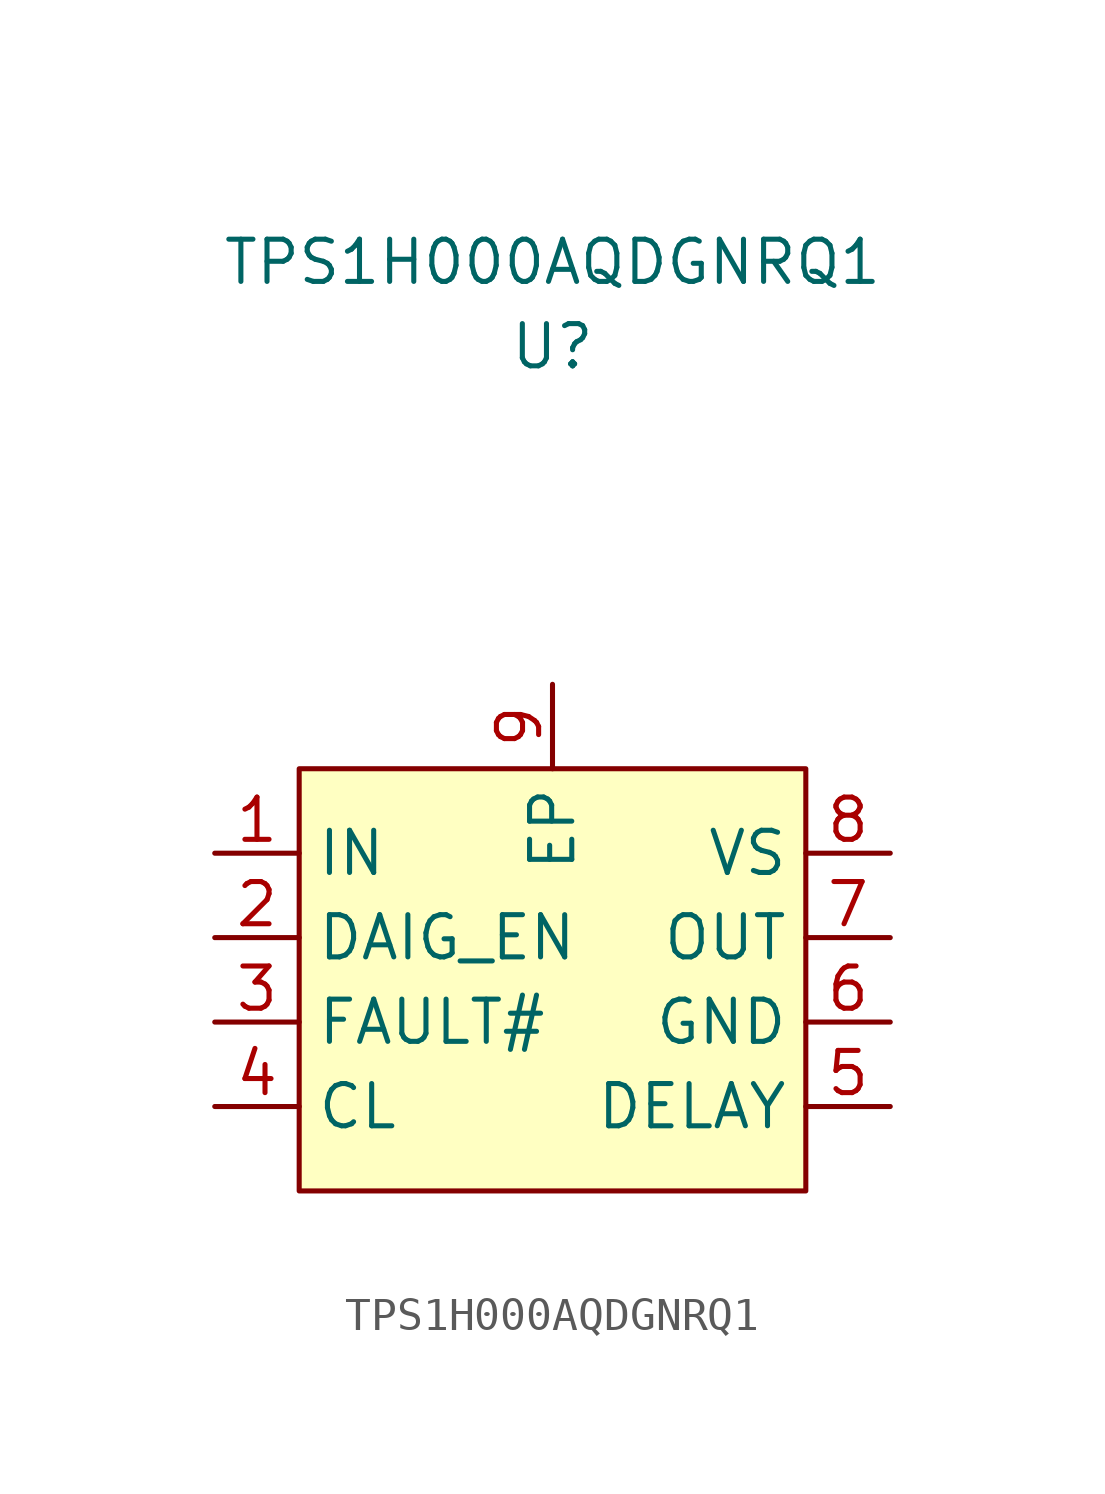
<source format=kicad_sym>
(kicad_symbol_lib
  (version 20211014)
  (generator kicad_symbol_editor)
  (symbol "TPS1H000AQDGNRQ1"
    (property "Reference" "U"
      (at 0 25.4 0)
      (effects (font (size 1.27 1.27))))
    (property "Value" "TPS1H000AQDGNRQ1"
      (at 0 27.94 0)
      (effects (font (size 1.27 1.27))))
    (symbol "TPS1H000AQDGNRQ1_0_1"
      (rectangle (start -7.62 12.7) (end 7.62 0) (stroke (width 0) (type default) (color 0 0 0 0)) (fill (type background))))
    (symbol "TPS1H000AQDGNRQ1_1_1"
      (pin input line (at -10.16 10.16 0) (length 2.54) (name "IN" (effects (font (size 1.27 1.27)))) (number "1" (effects (font (size 1.27 1.27)))))
      (pin input line (at -10.16 7.62 0) (length 2.54) (name "DAIG_EN" (effects (font (size 1.27 1.27)))) (number "2" (effects (font (size 1.27 1.27)))))
      (pin input line (at -10.16 5.08 0) (length 2.54) (name "FAULT#" (effects (font (size 1.27 1.27)))) (number "3" (effects (font (size 1.27 1.27)))))
      (pin input line (at -10.16 2.54 0) (length 2.54) (name "CL" (effects (font (size 1.27 1.27)))) (number "4" (effects (font (size 1.27 1.27)))))
      (pin input line (at 10.16 2.54 180) (length 2.54) (name "DELAY" (effects (font (size 1.27 1.27)))) (number "5" (effects (font (size 1.27 1.27)))))
      (pin power_in line (at 10.16 5.08 180) (length 2.54) (name "GND" (effects (font (size 1.27 1.27)))) (number "6" (effects (font (size 1.27 1.27)))))
      (pin power_out line (at 10.16 7.62 180) (length 2.54) (name "OUT" (effects (font (size 1.27 1.27)))) (number "7" (effects (font (size 1.27 1.27)))))
      (pin power_in line (at 10.16 10.16 180) (length 2.54) (name "VS" (effects (font (size 1.27 1.27)))) (number "8" (effects (font (size 1.27 1.27)))))
      (pin input line (at 0 15.24 270) (length 2.54) (name "EP" (effects (font (size 1.27 1.27)))) (number "9" (effects (font (size 1.27 1.27))))))))
</source>
